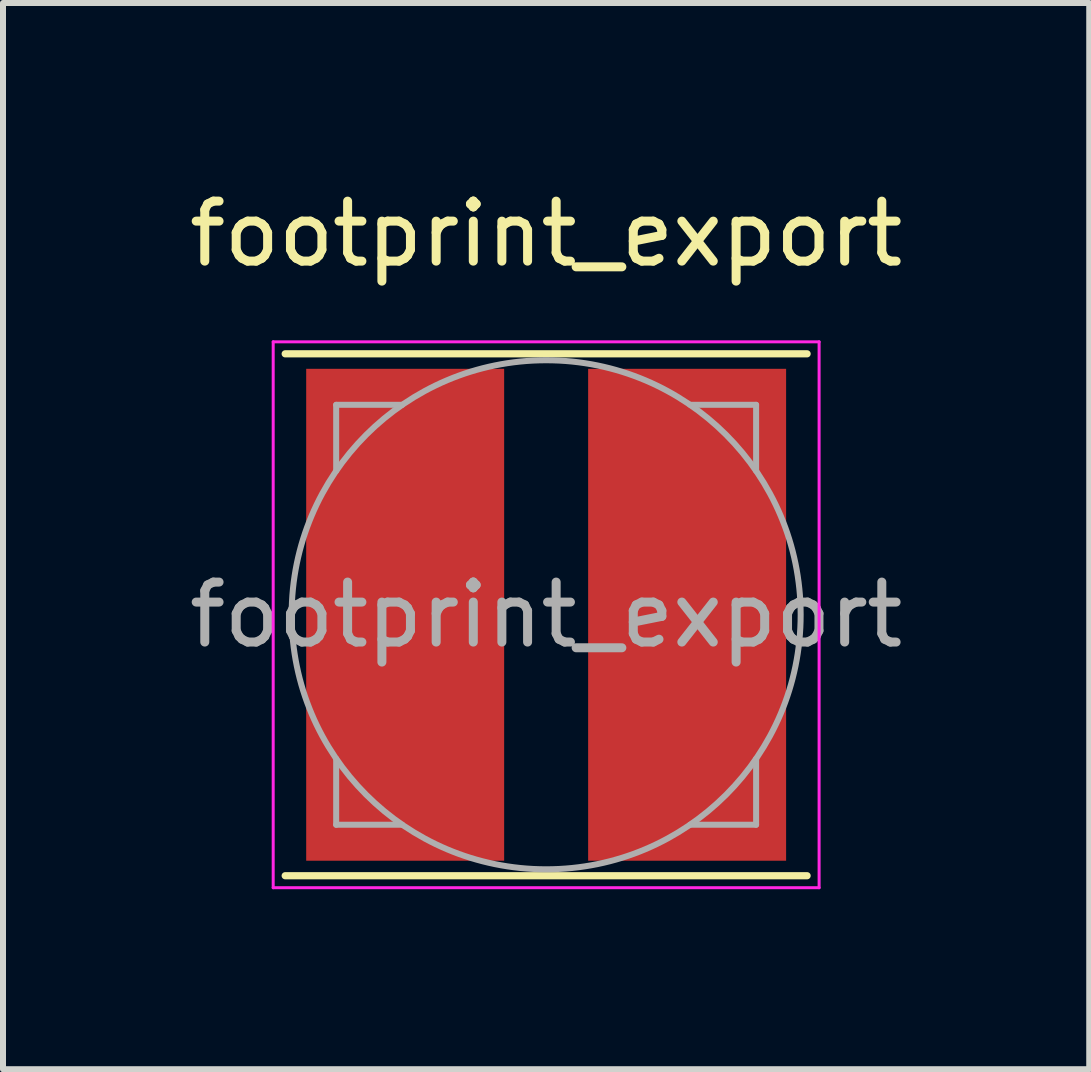
<source format=kicad_pcb>
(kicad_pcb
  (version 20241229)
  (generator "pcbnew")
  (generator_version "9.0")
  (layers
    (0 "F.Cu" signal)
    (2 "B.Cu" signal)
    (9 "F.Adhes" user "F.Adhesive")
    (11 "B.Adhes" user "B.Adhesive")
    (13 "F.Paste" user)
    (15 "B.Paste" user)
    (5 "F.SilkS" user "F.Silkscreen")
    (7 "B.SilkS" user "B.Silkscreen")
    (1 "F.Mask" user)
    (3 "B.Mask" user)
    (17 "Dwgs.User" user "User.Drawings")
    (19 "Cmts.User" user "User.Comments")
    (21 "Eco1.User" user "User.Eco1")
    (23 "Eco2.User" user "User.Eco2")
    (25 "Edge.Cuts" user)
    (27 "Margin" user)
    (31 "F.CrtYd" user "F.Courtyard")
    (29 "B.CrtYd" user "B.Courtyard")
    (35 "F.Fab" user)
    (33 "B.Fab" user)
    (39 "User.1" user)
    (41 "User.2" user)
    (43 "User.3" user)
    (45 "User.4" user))
  (footprint "footprint_export"
    (layer "F.Cu")
    (at 6.054 7.198)
    (property "Reference" "footprint_export" (at 0 -6.35 0) (layer "F.SilkS") (effects (font (size 1 1) (thickness 0.15))))
    (attr smd)
    (fp_line (start -4.35 -4.35) (end 4.35 -4.35) (stroke (width 0.12) (type solid)) (layer "F.SilkS"))
    (fp_line (start -4.35 4.35) (end 4.35 4.35) (stroke (width 0.12) (type solid)) (layer "F.SilkS"))
    (fp_line (start -4.55 -4.55) (end -4.55 4.55) (stroke (width 0.05) (type solid)) (layer "F.CrtYd"))
    (fp_line (start -4.55 4.55) (end 4.55 4.55) (stroke (width 0.05) (type solid)) (layer "F.CrtYd"))
    (fp_line (start 4.55 -4.55) (end -4.55 -4.55) (stroke (width 0.05) (type solid)) (layer "F.CrtYd"))
    (fp_line (start 4.55 4.55) (end 4.55 -4.55) (stroke (width 0.05) (type solid)) (layer "F.CrtYd"))
    (fp_line (start -3.5 -3.5) (end -2.4 -3.5) (stroke (width 0.1) (type solid)) (layer "F.Fab"))
    (fp_line (start -3.5 -2.4) (end -3.5 -3.5) (stroke (width 0.1) (type solid)) (layer "F.Fab"))
    (fp_line (start -3.5 2.4) (end -3.5 3.5) (stroke (width 0.1) (type solid)) (layer "F.Fab"))
    (fp_line (start -3.5 3.5) (end -2.4 3.5) (stroke (width 0.1) (type solid)) (layer "F.Fab"))
    (fp_line (start 3.5 -3.5) (end 2.4 -3.5) (stroke (width 0.1) (type solid)) (layer "F.Fab"))
    (fp_line (start 3.5 -3.5) (end 3.5 -2.4) (stroke (width 0.1) (type solid)) (layer "F.Fab"))
    (fp_line (start 3.5 2.4) (end 3.5 3.5) (stroke (width 0.1) (type solid)) (layer "F.Fab"))
    (fp_line (start 3.5 3.5) (end 2.4 3.5) (stroke (width 0.1) (type solid)) (layer "F.Fab"))
    (fp_circle (center 0 0) (end 3 3) (stroke (width 0.1) (type solid)) (fill no) (layer "F.Fab"))
    (fp_text user "${REFERENCE}" (at 0 0 0) (layer "F.Fab") (effects (font (size 1 1) (thickness 0.15))))
    (pad "1" smd rect (at -2.35 0) (size 3.3 8.2) (layers "F.Cu" "F.Mask" "F.Paste"))
    (pad "2" smd rect (at 2.35 0) (size 3.3 8.2) (layers "F.Cu" "F.Mask" "F.Paste")))
  (gr_rect
    (start -3 -3)
    (end 15.107 14.773)
    (stroke (width 0.1) (type default))
    (fill no)
    (layer "Edge.Cuts")))
</source>
